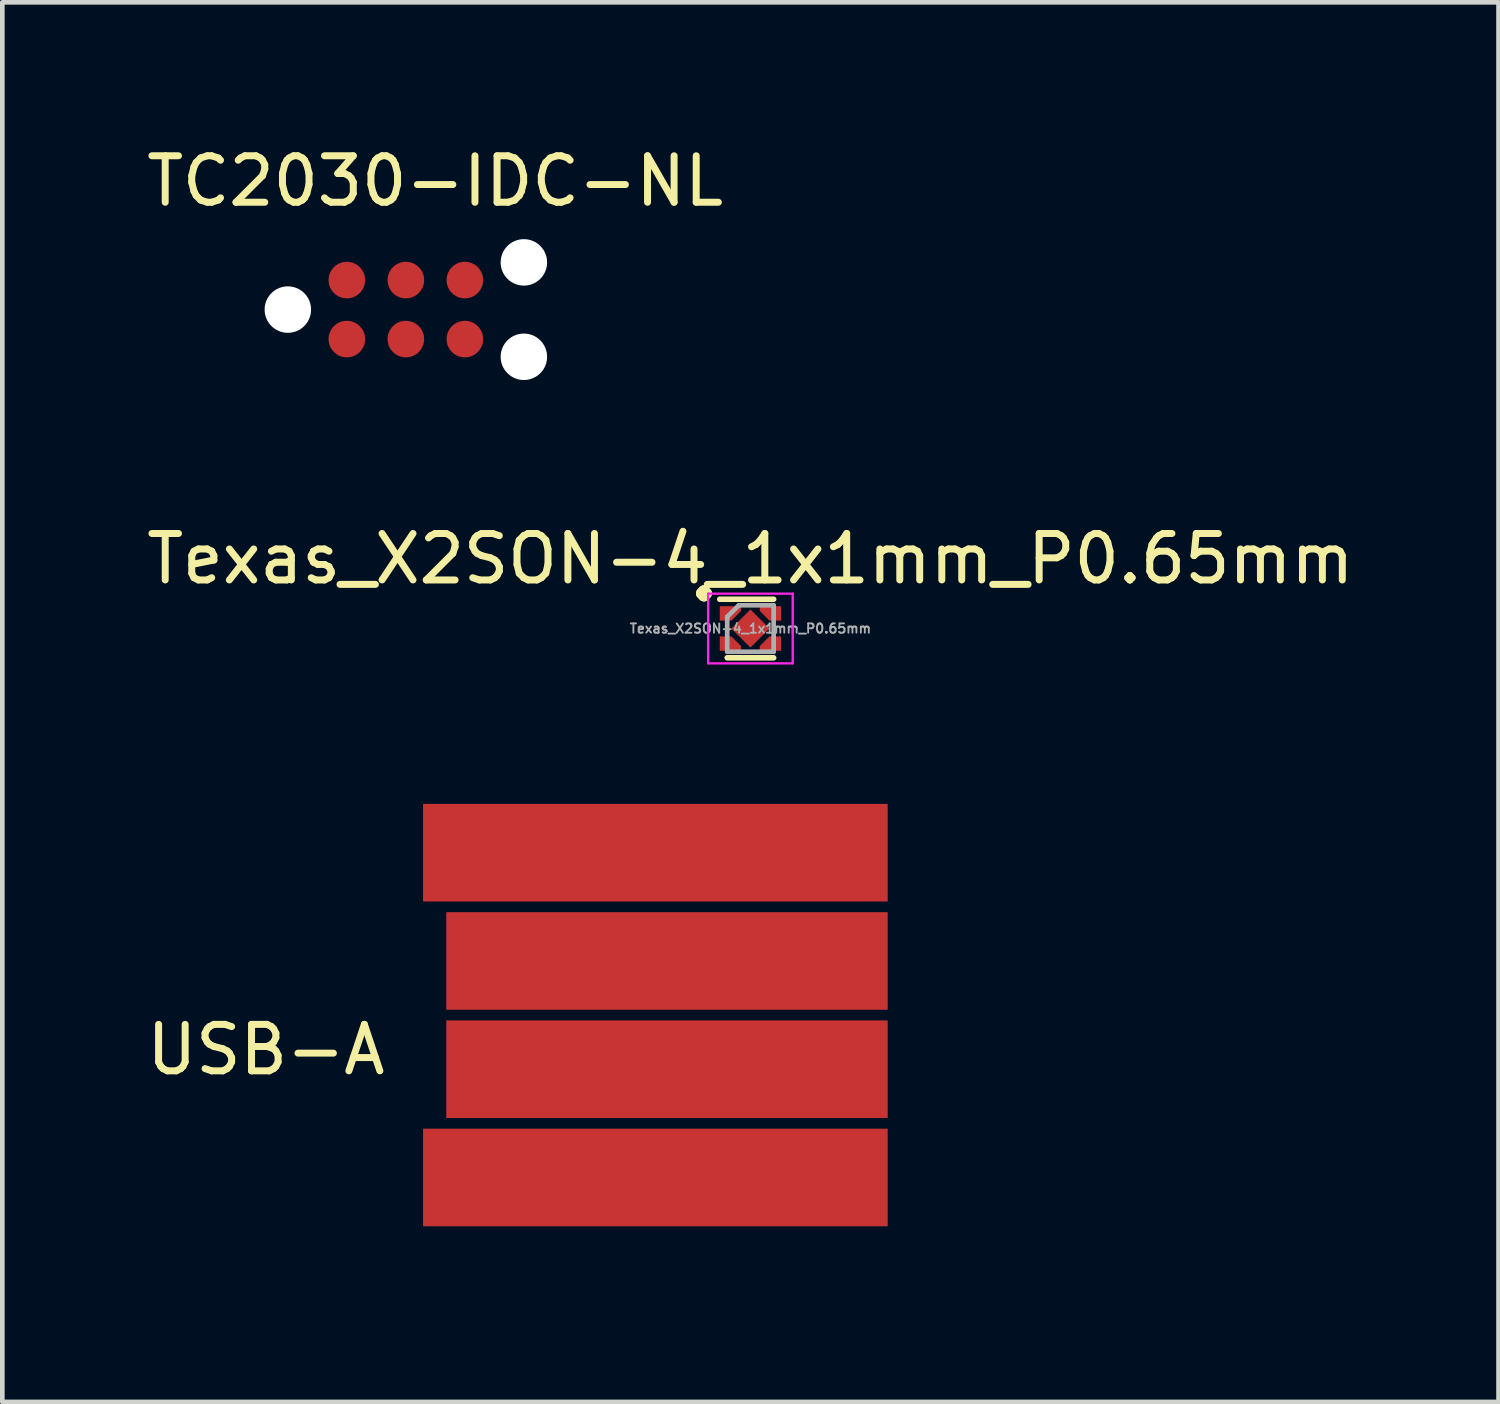
<source format=kicad_pcb>
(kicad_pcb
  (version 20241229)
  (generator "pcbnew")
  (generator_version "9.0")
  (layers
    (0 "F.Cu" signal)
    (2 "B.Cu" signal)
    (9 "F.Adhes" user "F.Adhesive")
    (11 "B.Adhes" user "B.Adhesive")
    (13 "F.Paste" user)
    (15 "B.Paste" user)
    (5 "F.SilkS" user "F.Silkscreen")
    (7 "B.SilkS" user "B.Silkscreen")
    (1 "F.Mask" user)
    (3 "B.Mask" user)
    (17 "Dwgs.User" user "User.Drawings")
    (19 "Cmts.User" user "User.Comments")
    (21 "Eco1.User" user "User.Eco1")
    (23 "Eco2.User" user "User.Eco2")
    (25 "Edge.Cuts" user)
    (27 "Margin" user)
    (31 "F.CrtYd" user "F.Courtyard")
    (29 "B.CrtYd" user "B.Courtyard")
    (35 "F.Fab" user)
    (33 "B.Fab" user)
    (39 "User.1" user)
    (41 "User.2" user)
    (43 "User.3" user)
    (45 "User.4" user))
  (footprint "TC2030-IDC-NL"
    (layer "F.Cu")
    (at 4.415 4.248)
    (property "Reference" "TC2030-IDC-NL" (at 1.9 -3.4 0) (layer "F.SilkS") (effects (font (size 1 1) (thickness 0.15))))
    (attr through_hole)
    (pad "" np_thru_hole circle (at -1.27 -0.635) (size 1 1) (drill 1) (layers "*.Cu" "*.Mask"))
    (pad "" np_thru_hole circle (at 3.81 -1.651) (size 1 1) (drill 1) (layers "*.Cu" "*.Mask"))
    (pad "" np_thru_hole circle (at 3.81 0.381) (size 1 1) (drill 1) (layers "*.Cu" "*.Mask"))
    (pad "1" smd circle (at 0 0) (size 0.787 0.787) (layers "F.Cu" "F.Mask"))
    (pad "2" smd circle (at 0 -1.27) (size 0.787 0.787) (layers "F.Cu" "F.Mask"))
    (pad "3" smd circle (at 1.27 0) (size 0.787 0.787) (layers "F.Cu" "F.Mask"))
    (pad "4" smd circle (at 1.27 -1.27) (size 0.787 0.787) (layers "F.Cu" "F.Mask"))
    (pad "5" smd circle (at 2.54 0) (size 0.787 0.787) (layers "F.Cu" "F.Mask"))
    (pad "6" smd circle (at 2.54 -1.27) (size 0.787 0.787) (layers "F.Cu" "F.Mask")))
  (footprint "USB-A"
    (layer "F.Cu")
    (at 5.463 23.872)
    (property "Reference" "USB-A" (at -2.79 -4.33 0) (layer "F.SilkS") (effects (font (size 1 1) (thickness 0.15))))
    (attr through_hole)
    (pad "1" smd rect (at 5.592 -1.58) (size 10 2.1) (layers "F.Cu" "F.Mask"))
    (pad "2" smd rect (at 5.842 -3.91) (size 9.5 2.1) (layers "F.Cu" "F.Mask"))
    (pad "3" smd rect (at 5.842 -6.24) (size 9.5 2.1) (layers "F.Cu" "F.Mask"))
    (pad "4" smd rect (at 5.592 -8.57) (size 10 2.1) (layers "F.Cu" "F.Mask")))
  (footprint "Texas_X2SON-4_1x1mm_P0.65mm"
    (layer "F.Cu")
    (at 13.101 10.477)
    (property "Reference" "Texas_X2SON-4_1x1mm_P0.65mm" (at 0 -1.5 0) (layer "F.SilkS") (effects (font (size 1 1) (thickness 0.15))))
    (attr smd)
    (fp_line (start -0.66 -0.63) (end 0.5 -0.63) (stroke (width 0.12) (type solid)) (layer "F.SilkS"))
    (fp_line (start -0.5 0.63) (end 0.5 0.63) (stroke (width 0.12) (type solid)) (layer "F.SilkS"))
    (fp_line (start -0.91 -0.75) (end 0.91 -0.75) (stroke (width 0.05) (type solid)) (layer "F.CrtYd"))
    (fp_line (start -0.91 0.75) (end -0.91 -0.75) (stroke (width 0.05) (type solid)) (layer "F.CrtYd"))
    (fp_line (start 0.91 -0.75) (end 0.91 0.75) (stroke (width 0.05) (type solid)) (layer "F.CrtYd"))
    (fp_line (start 0.91 0.75) (end -0.91 0.75) (stroke (width 0.05) (type solid)) (layer "F.CrtYd"))
    (fp_line (start -0.5 -0.25) (end -0.25 -0.5) (stroke (width 0.1) (type solid)) (layer "F.Fab"))
    (fp_line (start -0.5 0.5) (end -0.5 -0.25) (stroke (width 0.1) (type solid)) (layer "F.Fab"))
    (fp_line (start -0.25 -0.5) (end 0.5 -0.5) (stroke (width 0.1) (type solid)) (layer "F.Fab"))
    (fp_line (start 0.5 -0.5) (end 0.5 0.5) (stroke (width 0.1) (type solid)) (layer "F.Fab"))
    (fp_line (start 0.5 0.5) (end -0.5 0.5) (stroke (width 0.1) (type solid)) (layer "F.Fab"))
    (fp_text user "·" (at -1 -0.825 0) (layer "F.SilkS") (effects (font (size 1 1) (thickness 0.25))))
    (fp_text user "${REFERENCE}" (at 0 0 0) (layer "F.Fab") (effects (font (size 0.2 0.2) (thickness 0.04))))
    (pad "" smd custom (at -0.43 -0.325) (size 0.148 0.148) (layers "F.Mask") (options (anchor circle)) (primitives (gr_poly (pts (xy 0.18 -0.105) (xy 0.18 -0.075) (xy 0 0.105) (xy 0.18 -0.075) (xy 0 0.105) (xy -0.18 0.105) (xy -0.18 -0.105)) (width 0) (fill yes))))
    (pad "" smd custom (at -0.43 -0.325) (size 0.148 0.148) (layers "F.Paste") (options (anchor circle)) (primitives (gr_poly (pts (xy 0 0.105) (xy 0.18 -0.075) (xy 0.18 -0.105) (xy -0.22 -0.105) (xy -0.22 0.105)) (width 0) (fill yes))))
    (pad "" smd custom (at -0.43 0.325) (size 0.148 0.148) (layers "F.Mask") (options (anchor circle)) (primitives (gr_poly (pts (xy 0.18 0.105) (xy 0.18 0.075) (xy 0 -0.105) (xy 0.18 0.075) (xy 0 -0.105) (xy -0.18 -0.105) (xy -0.18 0.105)) (width 0) (fill yes))))
    (pad "" smd custom (at -0.43 0.325) (size 0.148 0.148) (layers "F.Paste") (options (anchor circle)) (primitives (gr_poly (pts (xy 0.18 0.075) (xy 0.18 0.105) (xy -0.22 0.105) (xy -0.22 -0.105) (xy 0 -0.105)) (width 0) (fill yes))))
    (pad "" smd custom (at 0.43 -0.325) (size 0.148 0.148) (layers "F.Mask") (options (anchor circle)) (primitives (gr_poly (pts (xy -0.18 -0.105) (xy -0.18 -0.075) (xy 0 0.105) (xy -0.18 -0.075) (xy 0 0.105) (xy 0.18 0.105) (xy 0.18 -0.105)) (width 0) (fill yes))))
    (pad "" smd custom (at 0.43 -0.325) (size 0.148 0.148) (layers "F.Paste") (options (anchor circle)) (primitives (gr_poly (pts (xy 0.22 -0.105) (xy 0.22 0.105) (xy 0 0.105) (xy -0.18 -0.075) (xy -0.18 -0.105)) (width 0) (fill yes))))
    (pad "" smd custom (at 0.43 0.325) (size 0.148 0.148) (layers "F.Mask") (options (anchor circle)) (primitives (gr_poly (pts (xy -0.18 0.105) (xy -0.18 0.075) (xy 0 -0.105) (xy -0.18 0.075) (xy 0 -0.105) (xy 0.18 -0.105) (xy 0.18 0.105)) (width 0) (fill yes))))
    (pad "" smd custom (at 0.43 0.325) (size 0.148 0.148) (layers "F.Paste") (options (anchor circle)) (primitives (gr_poly (pts (xy 0 -0.105) (xy -0.18 0.075) (xy -0.18 0.105) (xy 0.22 0.105) (xy 0.22 -0.105)) (width 0) (fill yes))))
    (pad "1" smd custom (at -0.43 -0.325) (size 0.148 0.148) (layers "F.Cu") (options (anchor circle)) (primitives (gr_poly (pts (xy 0.23 -0.155) (xy -0.23 -0.155) (xy -0.23 0.155) (xy 0.021 0.155) (xy 0.23 -0.054)) (width 0) (fill yes))))
    (pad "2" smd custom (at -0.43 0.325) (size 0.148 0.148) (layers "F.Cu") (options (anchor circle)) (primitives (gr_poly (pts (xy 0.23 0.054) (xy 0.23 0.155) (xy -0.23 0.155) (xy -0.23 -0.155) (xy 0.021 -0.155)) (width 0) (fill yes))))
    (pad "3" smd custom (at 0.43 0.325) (size 0.148 0.148) (layers "F.Cu") (options (anchor circle)) (primitives (gr_poly (pts (xy 0.23 0.155) (xy 0.23 -0.155) (xy -0.021 -0.155) (xy -0.23 0.054) (xy -0.23 0.155)) (width 0) (fill yes))))
    (pad "4" smd custom (at 0.43 -0.325) (size 0.148 0.148) (layers "F.Cu") (options (anchor circle)) (primitives (gr_poly (pts (xy -0.23 -0.155) (xy 0.23 -0.155) (xy 0.23 0.155) (xy -0.021 0.155) (xy -0.23 -0.054)) (width 0) (fill yes))))
    (pad "5" smd rect (at 0 0 45) (size 0.58 0.58) (layers "F.Cu" "F.Mask" "F.Paste")))
  (gr_rect
    (start -3 -3)
    (end 29.202 27.122)
    (stroke (width 0.1) (type default))
    (fill no)
    (layer "Edge.Cuts")))
</source>
